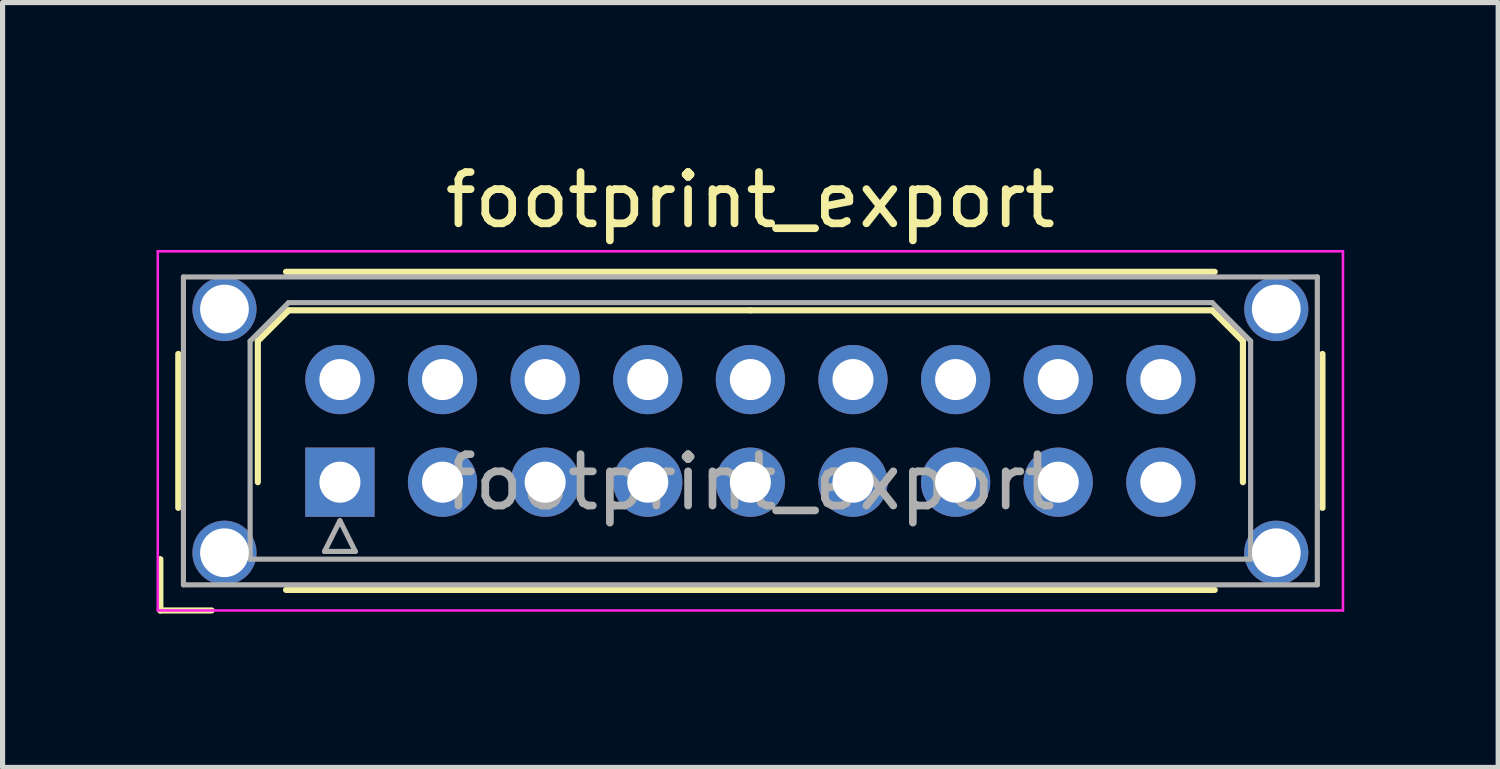
<source format=kicad_pcb>
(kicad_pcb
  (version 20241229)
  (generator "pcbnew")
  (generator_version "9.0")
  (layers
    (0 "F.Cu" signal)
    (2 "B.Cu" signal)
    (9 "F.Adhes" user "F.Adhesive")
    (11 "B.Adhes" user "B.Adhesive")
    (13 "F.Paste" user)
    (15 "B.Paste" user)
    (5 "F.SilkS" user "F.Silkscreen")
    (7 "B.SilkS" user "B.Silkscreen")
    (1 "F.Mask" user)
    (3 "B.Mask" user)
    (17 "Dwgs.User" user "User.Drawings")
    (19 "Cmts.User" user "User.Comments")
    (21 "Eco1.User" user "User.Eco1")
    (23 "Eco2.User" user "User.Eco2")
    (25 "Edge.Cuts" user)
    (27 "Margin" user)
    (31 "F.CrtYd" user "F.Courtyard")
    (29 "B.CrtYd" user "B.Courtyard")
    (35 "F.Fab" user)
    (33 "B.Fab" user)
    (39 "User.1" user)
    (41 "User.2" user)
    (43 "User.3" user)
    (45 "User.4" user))
  (footprint "footprint_export"
    (layer "F.Cu")
    (at 3.575 6.348)
    (property "Reference" "footprint_export" (at 8 -5.5 0) (layer "F.SilkS") (effects (font (size 1 1) (thickness 0.15))))
    (attr through_hole)
    (fp_line (start -3.5 1.5) (end -3.5 2.5) (stroke (width 0.12) (type solid)) (layer "F.SilkS"))
    (fp_line (start -3.5 2.5) (end -2.5 2.5) (stroke (width 0.12) (type solid)) (layer "F.SilkS"))
    (fp_line (start -3.15 -2.5) (end -3.15 0.5) (stroke (width 0.12) (type solid)) (layer "F.SilkS"))
    (fp_line (start -1.6 -2.75) (end -1 -3.35) (stroke (width 0.12) (type solid)) (layer "F.SilkS"))
    (fp_line (start -1.6 0) (end -1.6 -2.75) (stroke (width 0.12) (type solid)) (layer "F.SilkS"))
    (fp_line (start -1.05 -4.1) (end 17.05 -4.1) (stroke (width 0.12) (type solid)) (layer "F.SilkS"))
    (fp_line (start -1.05 2.1) (end 17.05 2.1) (stroke (width 0.12) (type solid)) (layer "F.SilkS"))
    (fp_line (start -1 -3.35) (end 8 -3.35) (stroke (width 0.12) (type solid)) (layer "F.SilkS"))
    (fp_line (start 17 -3.35) (end 8 -3.35) (stroke (width 0.12) (type solid)) (layer "F.SilkS"))
    (fp_line (start 17.6 -2.75) (end 17 -3.35) (stroke (width 0.12) (type solid)) (layer "F.SilkS"))
    (fp_line (start 17.6 0) (end 17.6 -2.75) (stroke (width 0.12) (type solid)) (layer "F.SilkS"))
    (fp_line (start 19.15 -2.5) (end 19.15 0.5) (stroke (width 0.12) (type solid)) (layer "F.SilkS"))
    (fp_line (start -3.55 -4.5) (end -3.55 2.5) (stroke (width 0.05) (type solid)) (layer "F.CrtYd"))
    (fp_line (start -3.55 2.5) (end 19.55 2.5) (stroke (width 0.05) (type solid)) (layer "F.CrtYd"))
    (fp_line (start 19.55 -4.5) (end -3.55 -4.5) (stroke (width 0.05) (type solid)) (layer "F.CrtYd"))
    (fp_line (start 19.55 2.5) (end 19.55 -4.5) (stroke (width 0.05) (type solid)) (layer "F.CrtYd"))
    (fp_line (start -3.05 -4) (end -3.05 2) (stroke (width 0.1) (type solid)) (layer "F.Fab"))
    (fp_line (start -3.05 2) (end 19.05 2) (stroke (width 0.1) (type solid)) (layer "F.Fab"))
    (fp_line (start -1.75 -2.75) (end -1 -3.5) (stroke (width 0.1) (type solid)) (layer "F.Fab"))
    (fp_line (start -1.75 1.5) (end -1.75 -2.75) (stroke (width 0.1) (type solid)) (layer "F.Fab"))
    (fp_line (start -1 -3.5) (end 17 -3.5) (stroke (width 0.1) (type solid)) (layer "F.Fab"))
    (fp_line (start -0.3 1.35) (end 0.3 1.35) (stroke (width 0.1) (type solid)) (layer "F.Fab"))
    (fp_line (start 0 0.75) (end -0.3 1.35) (stroke (width 0.1) (type solid)) (layer "F.Fab"))
    (fp_line (start 0.3 1.35) (end 0 0.75) (stroke (width 0.1) (type solid)) (layer "F.Fab"))
    (fp_line (start 17 -3.5) (end 17.75 -2.75) (stroke (width 0.1) (type solid)) (layer "F.Fab"))
    (fp_line (start 17.75 -2.75) (end 17.75 1.5) (stroke (width 0.1) (type solid)) (layer "F.Fab"))
    (fp_line (start 17.75 1.5) (end -1.75 1.5) (stroke (width 0.1) (type solid)) (layer "F.Fab"))
    (fp_line (start 19.05 -4) (end -3.05 -4) (stroke (width 0.1) (type solid)) (layer "F.Fab"))
    (fp_line (start 19.05 2) (end 19.05 -4) (stroke (width 0.1) (type solid)) (layer "F.Fab"))
    (fp_text user "${REFERENCE}" (at 8 0 0) (layer "F.Fab") (effects (font (size 1 1) (thickness 0.15))))
    (pad "" thru_hole circle (at -2.25 -3.375) (size 1.25 1.25) (drill 0.95) (layers "*.Cu" "*.Mask"))
    (pad "" thru_hole circle (at -2.25 1.375) (size 1.25 1.25) (drill 0.95) (layers "*.Cu" "*.Mask"))
    (pad "" thru_hole circle (at 18.25 -3.375) (size 1.25 1.25) (drill 0.95) (layers "*.Cu" "*.Mask"))
    (pad "" thru_hole circle (at 18.25 1.375) (size 1.25 1.25) (drill 0.95) (layers "*.Cu" "*.Mask"))
    (pad "1" thru_hole rect (at 0 0) (size 1.35 1.35) (drill 0.8) (layers "*.Cu" "*.Mask"))
    (pad "2" thru_hole circle (at 0 -2) (size 1.35 1.35) (drill 0.8) (layers "*.Cu" "*.Mask"))
    (pad "3" thru_hole circle (at 2 0) (size 1.35 1.35) (drill 0.8) (layers "*.Cu" "*.Mask"))
    (pad "4" thru_hole circle (at 2 -2) (size 1.35 1.35) (drill 0.8) (layers "*.Cu" "*.Mask"))
    (pad "5" thru_hole circle (at 4 0) (size 1.35 1.35) (drill 0.8) (layers "*.Cu" "*.Mask"))
    (pad "6" thru_hole circle (at 4 -2) (size 1.35 1.35) (drill 0.8) (layers "*.Cu" "*.Mask"))
    (pad "7" thru_hole circle (at 6 0) (size 1.35 1.35) (drill 0.8) (layers "*.Cu" "*.Mask"))
    (pad "8" thru_hole circle (at 6 -2) (size 1.35 1.35) (drill 0.8) (layers "*.Cu" "*.Mask"))
    (pad "9" thru_hole circle (at 8 0) (size 1.35 1.35) (drill 0.8) (layers "*.Cu" "*.Mask"))
    (pad "10" thru_hole circle (at 8 -2) (size 1.35 1.35) (drill 0.8) (layers "*.Cu" "*.Mask"))
    (pad "11" thru_hole circle (at 10 0) (size 1.35 1.35) (drill 0.8) (layers "*.Cu" "*.Mask"))
    (pad "12" thru_hole circle (at 10 -2) (size 1.35 1.35) (drill 0.8) (layers "*.Cu" "*.Mask"))
    (pad "13" thru_hole circle (at 12 0) (size 1.35 1.35) (drill 0.8) (layers "*.Cu" "*.Mask"))
    (pad "14" thru_hole circle (at 12 -2) (size 1.35 1.35) (drill 0.8) (layers "*.Cu" "*.Mask"))
    (pad "15" thru_hole circle (at 14 0) (size 1.35 1.35) (drill 0.8) (layers "*.Cu" "*.Mask"))
    (pad "16" thru_hole circle (at 14 -2) (size 1.35 1.35) (drill 0.8) (layers "*.Cu" "*.Mask"))
    (pad "17" thru_hole circle (at 16 0) (size 1.35 1.35) (drill 0.8) (layers "*.Cu" "*.Mask"))
    (pad "18" thru_hole circle (at 16 -2) (size 1.35 1.35) (drill 0.8) (layers "*.Cu" "*.Mask")))
  (gr_rect
    (start -3 -3)
    (end 26.15 11.908)
    (stroke (width 0.1) (type default))
    (fill no)
    (layer "Edge.Cuts")))
</source>
